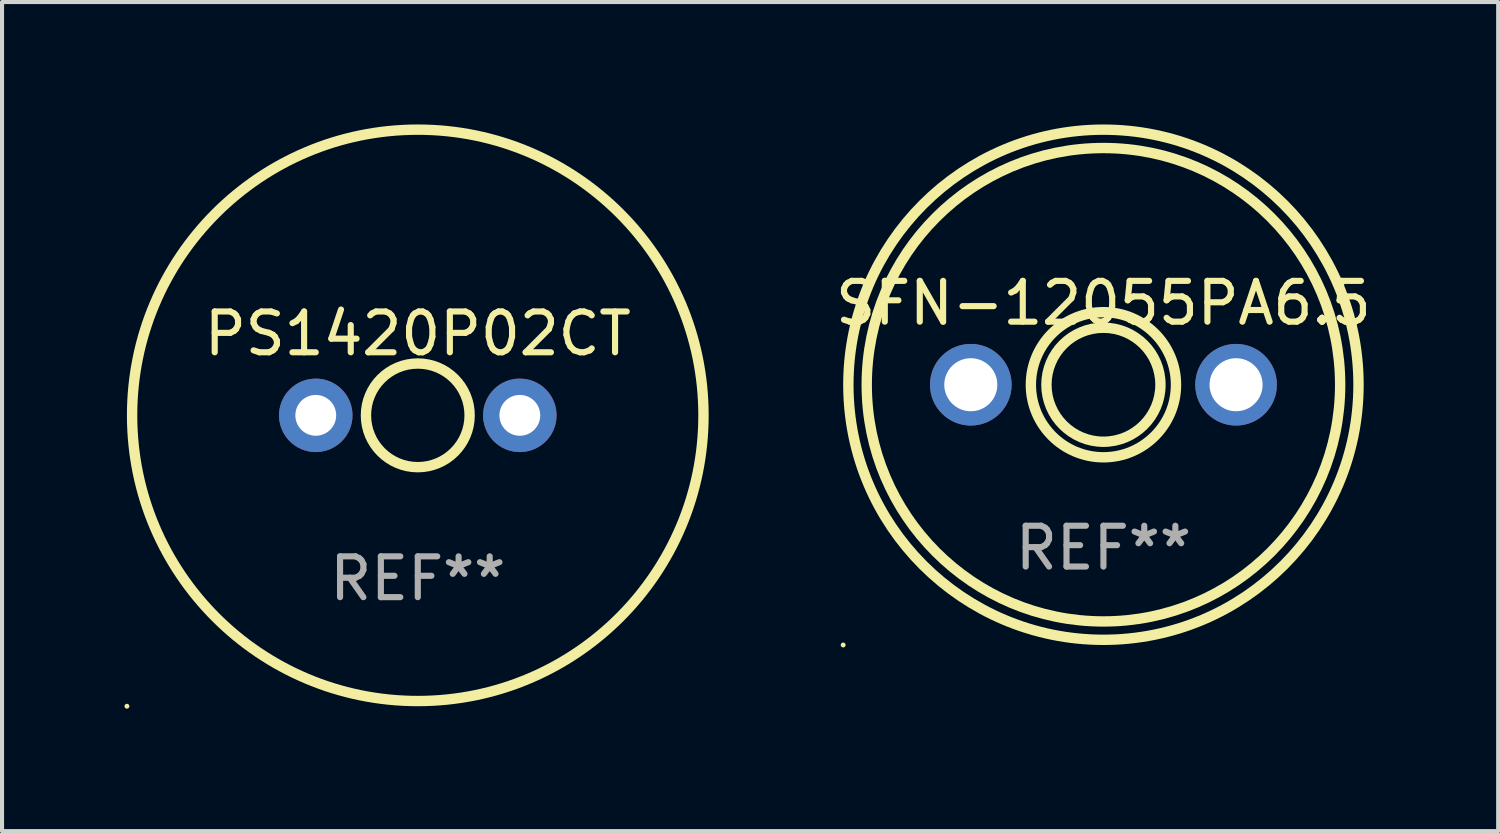
<source format=kicad_pcb>
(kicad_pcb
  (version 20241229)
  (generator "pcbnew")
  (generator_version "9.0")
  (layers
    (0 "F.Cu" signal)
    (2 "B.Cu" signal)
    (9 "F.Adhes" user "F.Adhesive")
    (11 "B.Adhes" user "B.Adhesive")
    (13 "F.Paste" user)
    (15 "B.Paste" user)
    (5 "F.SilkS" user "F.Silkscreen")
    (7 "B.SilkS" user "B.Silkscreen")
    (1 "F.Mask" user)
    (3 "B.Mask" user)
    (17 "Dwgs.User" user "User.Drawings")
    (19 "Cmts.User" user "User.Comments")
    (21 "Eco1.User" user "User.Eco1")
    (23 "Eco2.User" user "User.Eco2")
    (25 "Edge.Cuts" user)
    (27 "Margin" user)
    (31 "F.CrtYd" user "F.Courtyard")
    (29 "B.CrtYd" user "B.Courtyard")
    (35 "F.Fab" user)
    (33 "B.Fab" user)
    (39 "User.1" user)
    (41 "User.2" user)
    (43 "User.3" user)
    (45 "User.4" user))
  (footprint "PS1420P02CT"
    (layer "F.Cu")
    (at 7.187 7.127)
    (property "Reference" "PS1420P02CT" (at 0 -2 0) (layer "F.SilkS") (effects (font (size 1 1) (thickness 0.15))))
    (attr through_hole)
    (fp_circle (center -7.127 7.127) (end -7.097 7.127) (stroke (width 0.06) (type solid)) (fill no) (layer "F.SilkS"))
    (fp_circle (center -0.000127 0) (end 1.27 0) (stroke (width 0.254) (type solid)) (fill no) (layer "F.SilkS"))
    (fp_circle (center -0.000127 0) (end 7 0) (stroke (width 0.254) (type solid)) (fill no) (layer "F.SilkS"))
    (fp_text user "+" (at -5.08 0 0) (layer "F.Paste") (effects (font (size 1 1) (thickness 0.15))))
    (fp_text user "REF**" (at 0 4 0) (layer "F.Fab") (effects (font (size 1 1) (thickness 0.15))))
    (pad "1" thru_hole circle (at -2.5 0) (size 1.8 1.8) (drill 1) (layers "*.Cu" "*.Mask"))
    (pad "2" thru_hole circle (at 2.5 0) (size 1.8 1.8) (drill 1) (layers "*.Cu" "*.Mask")))
  (footprint "SFN-12055PA6.5"
    (layer "F.Cu")
    (at 23.987 6.377)
    (property "Reference" "SFN-12055PA6.5" (at 0 -2 0) (layer "F.SilkS") (effects (font (size 1 1) (thickness 0.15))))
    (attr through_hole)
    (fp_circle (center -6.377 6.377) (end -6.347 6.377) (stroke (width 0.06) (type solid)) (fill no) (layer "F.SilkS"))
    (fp_circle (center 0 0) (end 1.397 0) (stroke (width 0.254) (type solid)) (fill no) (layer "F.SilkS"))
    (fp_circle (center 0 0) (end 1.778 0) (stroke (width 0.254) (type solid)) (fill no) (layer "F.SilkS"))
    (fp_circle (center 0 0) (end 5.8 0) (stroke (width 0.254) (type solid)) (fill no) (layer "F.SilkS"))
    (fp_circle (center 0 0) (end 6.25 0) (stroke (width 0.254) (type solid)) (fill no) (layer "F.SilkS"))
    (fp_text user "REF**" (at 0 4 0) (layer "F.Fab") (effects (font (size 1 1) (thickness 0.15))))
    (pad "1" thru_hole circle (at -3.25 0) (size 2 2) (drill 1.3) (layers "*.Cu" "*.Mask"))
    (pad "2" thru_hole circle (at 3.25 0) (size 2 2) (drill 1.3) (layers "*.Cu" "*.Mask")))
  (gr_rect
    (start -3 -3)
    (end 33.659 17.314)
    (stroke (width 0.1) (type default))
    (fill no)
    (layer "Edge.Cuts")))
</source>
